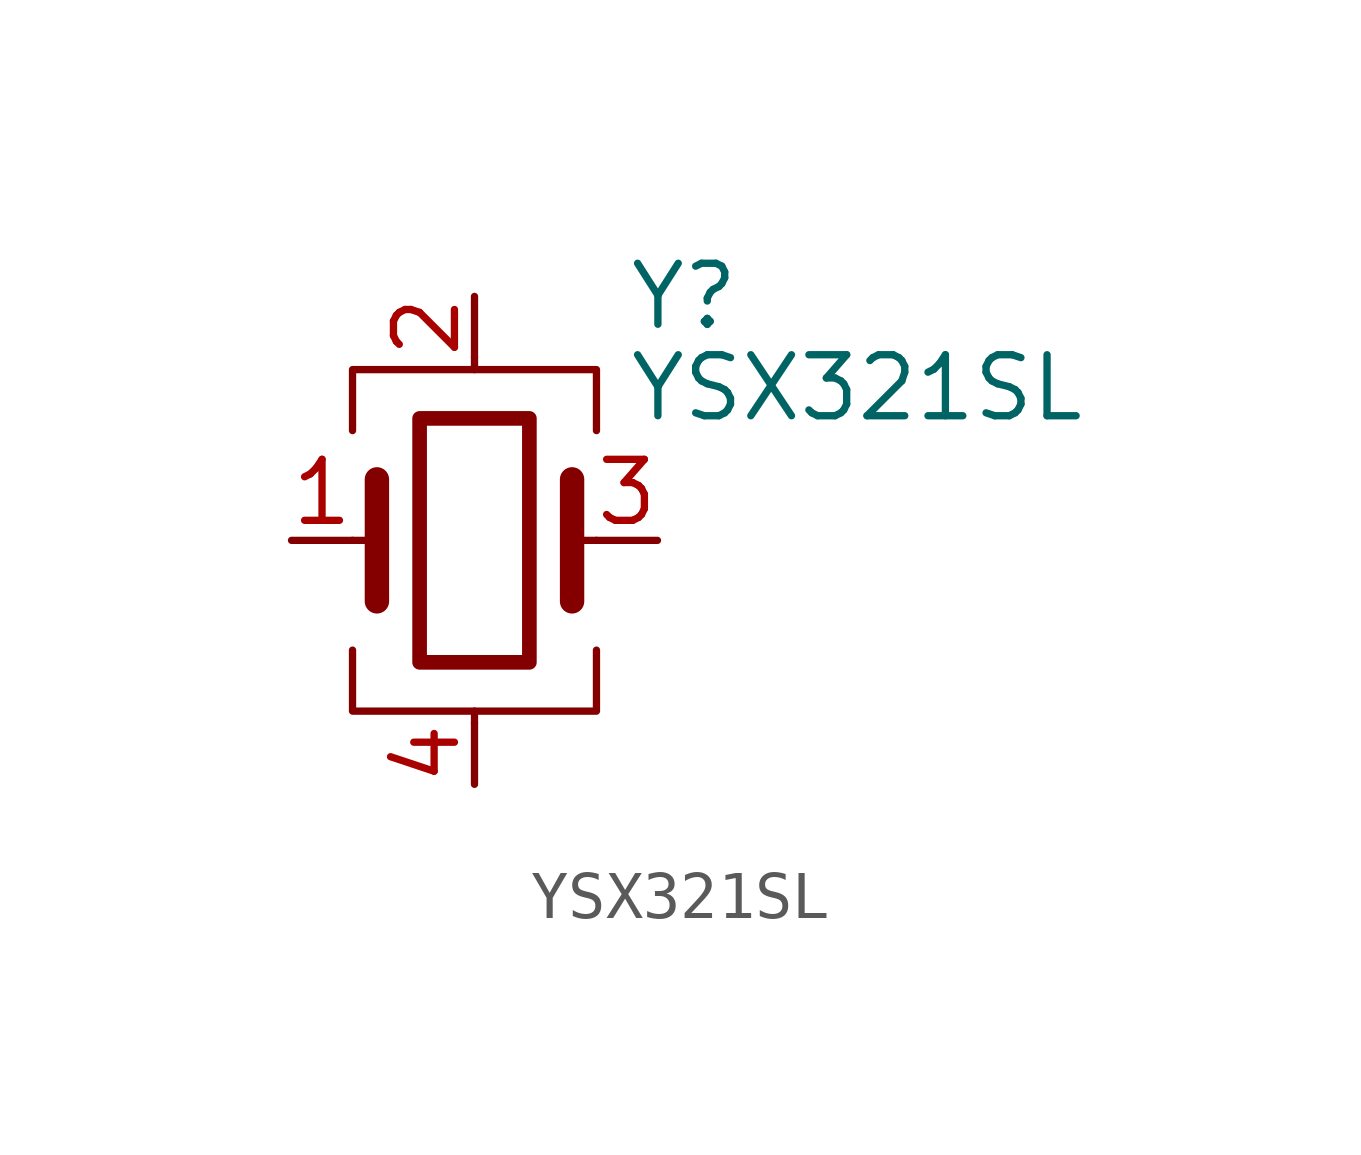
<source format=kicad_sym>
(kicad_symbol_lib
  (version 20220914)
  (generator kicad_symbol_editor)
  (symbol "YSX321SL"
    (pin_names
      (offset 1.016) hide)
    (property "Reference" "Y"
      (at 3.175 5.08 0)
      (effects (font (size 1.27 1.27)) (justify left)))
    (property "Value" "YSX321SL"
      (at 3.175 3.175 0)
      (effects (font (size 1.27 1.27)) (justify left)))
    (symbol "YSX321SL_0_1"
      (rectangle (start -1.143 2.54) (end 1.143 -2.54) (stroke (width 0.305) (type default)) (fill (type none)))
      (polyline (pts (xy -2.54 0) (xy -2.032 0)) (stroke (width 0) (type default)) (fill (type none)))
      (polyline (pts (xy -2.032 -1.27) (xy -2.032 1.27)) (stroke (width 0.508) (type default)) (fill (type none)))
      (polyline (pts (xy 0 -3.81) (xy 0 -3.556)) (stroke (width 0) (type default)) (fill (type none)))
      (polyline (pts (xy 0 3.556) (xy 0 3.81)) (stroke (width 0) (type default)) (fill (type none)))
      (polyline (pts (xy 2.032 -1.27) (xy 2.032 1.27)) (stroke (width 0.508) (type default)) (fill (type none)))
      (polyline (pts (xy 2.032 0) (xy 2.54 0)) (stroke (width 0) (type default)) (fill (type none)))
      (polyline (pts (xy -2.54 -2.286) (xy -2.54 -3.556) (xy 2.54 -3.556) (xy 2.54 -2.286)) (stroke (width 0) (type default)) (fill (type none)))
      (polyline (pts (xy -2.54 2.286) (xy -2.54 3.556) (xy 2.54 3.556) (xy 2.54 2.286)) (stroke (width 0) (type default)) (fill (type none))))
    (symbol "YSX321SL_1_1"
      (pin passive line (at -3.81 0 0) (length 1.27) (name "1" (effects (font (size 1.27 1.27)))) (number "1" (effects (font (size 1.27 1.27)))))
      (pin passive line (at 0 5.08 270) (length 1.27) (name "2" (effects (font (size 1.27 1.27)))) (number "2" (effects (font (size 1.27 1.27)))))
      (pin passive line (at 3.81 0 180) (length 1.27) (name "3" (effects (font (size 1.27 1.27)))) (number "3" (effects (font (size 1.27 1.27)))))
      (pin passive line (at 0 -5.08 90) (length 1.27) (name "4" (effects (font (size 1.27 1.27)))) (number "4" (effects (font (size 1.27 1.27))))))))
</source>
